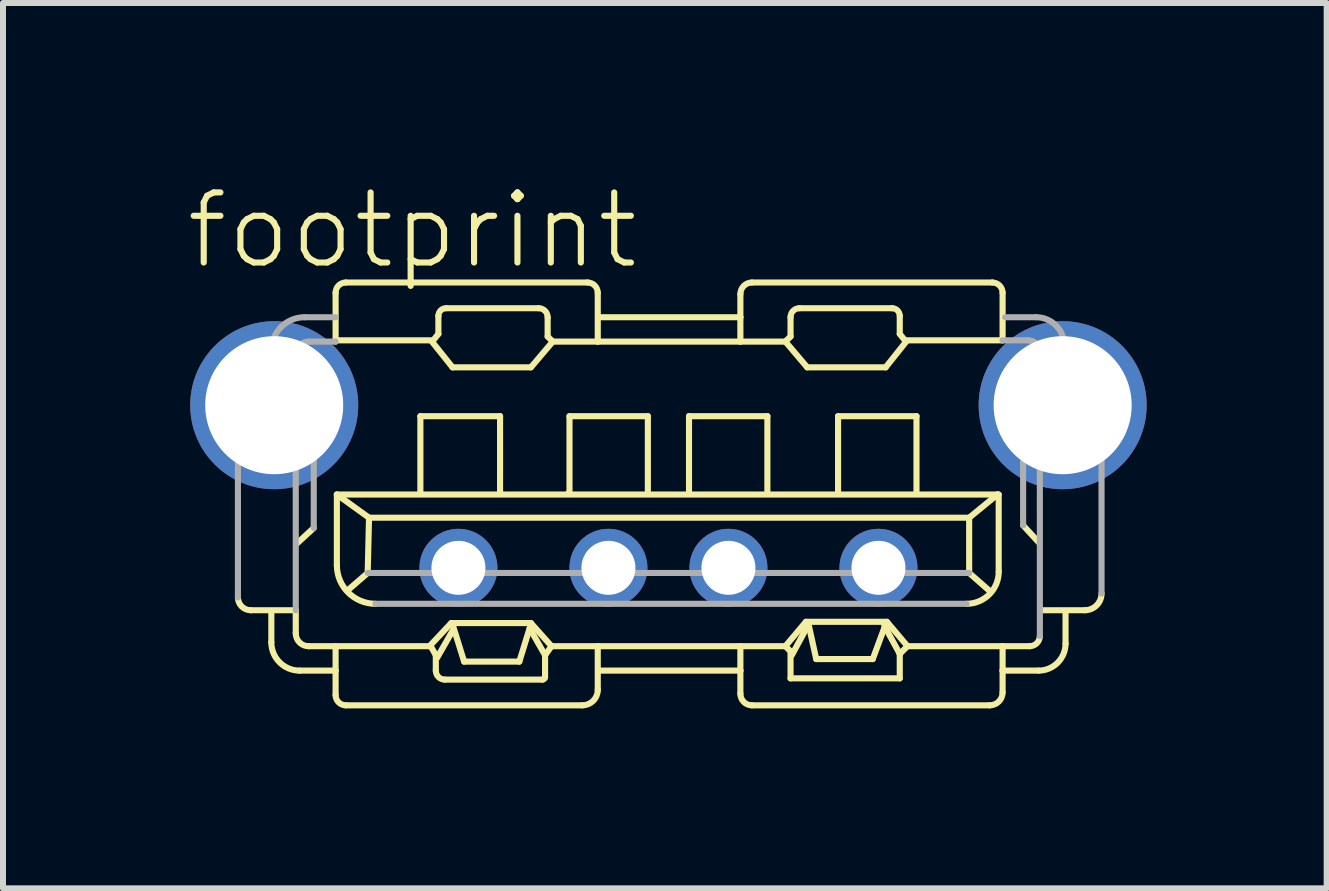
<source format=kicad_pcb>
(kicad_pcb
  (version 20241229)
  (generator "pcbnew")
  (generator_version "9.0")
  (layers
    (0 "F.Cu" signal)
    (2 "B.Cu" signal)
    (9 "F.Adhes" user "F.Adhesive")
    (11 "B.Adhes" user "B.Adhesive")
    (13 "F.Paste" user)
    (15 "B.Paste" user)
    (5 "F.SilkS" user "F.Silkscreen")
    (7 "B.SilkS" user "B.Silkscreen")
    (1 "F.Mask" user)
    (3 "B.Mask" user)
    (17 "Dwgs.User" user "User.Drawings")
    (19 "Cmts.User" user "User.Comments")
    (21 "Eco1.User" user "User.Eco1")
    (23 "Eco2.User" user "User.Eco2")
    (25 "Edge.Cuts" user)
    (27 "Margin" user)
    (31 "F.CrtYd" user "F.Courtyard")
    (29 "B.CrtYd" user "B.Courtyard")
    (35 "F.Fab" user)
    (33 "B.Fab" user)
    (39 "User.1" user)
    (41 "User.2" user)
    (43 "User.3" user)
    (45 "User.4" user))
  (footprint "footprint"
    (layer "F.Cu")
    (at 8.09 6.413)
    (property "Reference" "footprint" (at -8.09 -4.94 0) (layer "F.SilkS") (effects (font (size 1.168 1.168) (thickness 0.102)) (justify left bottom)))
    (fp_line (start -6.961 0.707) (end -6.211 0.707) (stroke (width 0.102) (type solid)) (layer "F.SilkS"))
    (fp_line (start -6.618 1.242) (end -6.618 0.728) (stroke (width 0.102) (type solid)) (layer "F.SilkS"))
    (fp_line (start -6.211 0.707) (end -6.211 1.092) (stroke (width 0.102) (type solid)) (layer "F.SilkS"))
    (fp_line (start -5.997 1.306) (end -3.962 1.306) (stroke (width 0.102) (type solid)) (layer "F.SilkS"))
    (fp_line (start -5.911 -0.664) (end -6.19 -0.407) (stroke (width 0.102) (type solid)) (layer "F.SilkS"))
    (fp_line (start -5.547 -3.791) (end -3.92 -3.791) (stroke (width 0.102) (type solid)) (layer "F.SilkS"))
    (fp_line (start -5.547 -3.77) (end -5.547 -4.583) (stroke (width 0.102) (type solid)) (layer "F.SilkS"))
    (fp_line (start -5.547 1.713) (end -6.147 1.713) (stroke (width 0.102) (type solid)) (layer "F.SilkS"))
    (fp_line (start -5.547 1.713) (end -5.547 1.306) (stroke (width 0.102) (type solid)) (layer "F.SilkS"))
    (fp_line (start -5.547 2.12) (end -5.547 1.713) (stroke (width 0.102) (type solid)) (layer "F.SilkS"))
    (fp_line (start -5.526 -1.221) (end -4.99 -0.835) (stroke (width 0.102) (type solid)) (layer "F.SilkS"))
    (fp_line (start -5.526 -1.221) (end 5.483 -1.221) (stroke (width 0.102) (type solid)) (layer "F.SilkS"))
    (fp_line (start -5.526 -0.043) (end -5.526 -1.221) (stroke (width 0.102) (type solid)) (layer "F.SilkS"))
    (fp_line (start -5.376 -4.755) (end -1.349 -4.755) (stroke (width 0.102) (type solid)) (layer "F.SilkS"))
    (fp_line (start -5.012 0.086) (end -5.333 0.364) (stroke (width 0.102) (type solid)) (layer "F.SilkS"))
    (fp_line (start -4.99 -0.835) (end -5.012 0.086) (stroke (width 0.102) (type solid)) (layer "F.SilkS"))
    (fp_line (start -4.99 -0.835) (end 5.012 -0.835) (stroke (width 0.102) (type solid)) (layer "F.SilkS"))
    (fp_line (start -4.134 -2.527) (end -2.806 -2.527) (stroke (width 0.102) (type solid)) (layer "F.SilkS"))
    (fp_line (start -4.134 -1.264) (end -4.134 -2.527) (stroke (width 0.102) (type solid)) (layer "F.SilkS"))
    (fp_line (start -3.962 1.306) (end -3.962 1.306) (stroke (width 0.102) (type solid)) (layer "F.SilkS"))
    (fp_line (start -3.962 1.306) (end -3.877 1.456) (stroke (width 0.102) (type solid)) (layer "F.SilkS"))
    (fp_line (start -3.962 1.285) (end -3.62 0.921) (stroke (width 0.102) (type solid)) (layer "F.SilkS"))
    (fp_line (start -3.92 -3.791) (end -3.834 -3.898) (stroke (width 0.102) (type solid)) (layer "F.SilkS"))
    (fp_line (start -3.877 1.456) (end -3.877 1.713) (stroke (width 0.102) (type solid)) (layer "F.SilkS"))
    (fp_line (start -3.855 1.499) (end -3.598 1.05) (stroke (width 0.102) (type solid)) (layer "F.SilkS"))
    (fp_line (start -3.834 -3.898) (end -3.834 -4.198) (stroke (width 0.102) (type solid)) (layer "F.SilkS"))
    (fp_line (start -3.727 1.863) (end -2.099 1.863) (stroke (width 0.102) (type solid)) (layer "F.SilkS"))
    (fp_line (start -3.705 -4.326) (end -2.163 -4.326) (stroke (width 0.102) (type solid)) (layer "F.SilkS"))
    (fp_line (start -3.62 0.921) (end -2.292 0.921) (stroke (width 0.102) (type solid)) (layer "F.SilkS"))
    (fp_line (start -3.598 -3.341) (end -3.941 -3.77) (stroke (width 0.102) (type solid)) (layer "F.SilkS"))
    (fp_line (start -3.405 1.563) (end -3.598 0.942) (stroke (width 0.102) (type solid)) (layer "F.SilkS"))
    (fp_line (start -2.806 -2.527) (end -2.806 -1.264) (stroke (width 0.102) (type solid)) (layer "F.SilkS"))
    (fp_line (start -2.485 1.563) (end -3.405 1.563) (stroke (width 0.102) (type solid)) (layer "F.SilkS"))
    (fp_line (start -2.313 1.007) (end -2.485 1.563) (stroke (width 0.102) (type solid)) (layer "F.SilkS"))
    (fp_line (start -2.292 -3.341) (end -3.598 -3.341) (stroke (width 0.102) (type solid)) (layer "F.SilkS"))
    (fp_line (start -2.292 0.921) (end -1.949 1.306) (stroke (width 0.102) (type solid)) (layer "F.SilkS"))
    (fp_line (start -2.056 1.456) (end -2.313 1.007) (stroke (width 0.102) (type solid)) (layer "F.SilkS"))
    (fp_line (start -2.056 1.821) (end -2.056 1.456) (stroke (width 0.102) (type solid)) (layer "F.SilkS"))
    (fp_line (start -2.013 -4.176) (end -2.013 -3.855) (stroke (width 0.102) (type solid)) (layer "F.SilkS"))
    (fp_line (start -1.949 1.306) (end -2.056 1.456) (stroke (width 0.102) (type solid)) (layer "F.SilkS"))
    (fp_line (start -1.928 -3.77) (end -2.292 -3.341) (stroke (width 0.102) (type solid)) (layer "F.SilkS"))
    (fp_line (start -1.928 -3.77) (end -2.013 -3.855) (stroke (width 0.102) (type solid)) (layer "F.SilkS"))
    (fp_line (start -1.671 -1.242) (end -1.649 -1.242) (stroke (width 0.102) (type solid)) (layer "F.SilkS"))
    (fp_line (start -1.649 -2.527) (end -0.343 -2.527) (stroke (width 0.102) (type solid)) (layer "F.SilkS"))
    (fp_line (start -1.649 -1.242) (end -1.649 -2.527) (stroke (width 0.102) (type solid)) (layer "F.SilkS"))
    (fp_line (start -1.435 2.292) (end -5.376 2.292) (stroke (width 0.102) (type solid)) (layer "F.SilkS"))
    (fp_line (start -1.178 -4.583) (end -1.178 -3.77) (stroke (width 0.102) (type solid)) (layer "F.SilkS"))
    (fp_line (start -1.178 -3.77) (end -1.928 -3.77) (stroke (width 0.102) (type solid)) (layer "F.SilkS"))
    (fp_line (start -1.178 -3.77) (end 1.199 -3.77) (stroke (width 0.102) (type solid)) (layer "F.SilkS"))
    (fp_line (start -1.178 1.306) (end -1.949 1.306) (stroke (width 0.102) (type solid)) (layer "F.SilkS"))
    (fp_line (start -1.178 1.306) (end -1.178 2.035) (stroke (width 0.102) (type solid)) (layer "F.SilkS"))
    (fp_line (start -1.178 1.306) (end 1.949 1.306) (stroke (width 0.102) (type solid)) (layer "F.SilkS"))
    (fp_line (start -1.157 -4.176) (end 1.199 -4.176) (stroke (width 0.102) (type solid)) (layer "F.SilkS"))
    (fp_line (start -0.343 -2.527) (end -0.343 -1.285) (stroke (width 0.102) (type solid)) (layer "F.SilkS"))
    (fp_line (start 0.343 -2.527) (end 1.649 -2.527) (stroke (width 0.102) (type solid)) (layer "F.SilkS"))
    (fp_line (start 0.343 -1.264) (end 0.343 -2.527) (stroke (width 0.102) (type solid)) (layer "F.SilkS"))
    (fp_line (start 1.199 -4.176) (end 1.199 -4.562) (stroke (width 0.102) (type solid)) (layer "F.SilkS"))
    (fp_line (start 1.199 -4.176) (end 1.199 -3.77) (stroke (width 0.102) (type solid)) (layer "F.SilkS"))
    (fp_line (start 1.199 -3.77) (end 1.949 -3.77) (stroke (width 0.102) (type solid)) (layer "F.SilkS"))
    (fp_line (start 1.199 1.713) (end -1.157 1.713) (stroke (width 0.102) (type solid)) (layer "F.SilkS"))
    (fp_line (start 1.199 1.713) (end 1.199 1.306) (stroke (width 0.102) (type solid)) (layer "F.SilkS"))
    (fp_line (start 1.199 2.099) (end 1.199 1.713) (stroke (width 0.102) (type solid)) (layer "F.SilkS"))
    (fp_line (start 1.392 -4.755) (end 5.397 -4.755) (stroke (width 0.102) (type solid)) (layer "F.SilkS"))
    (fp_line (start 1.649 -2.527) (end 1.649 -1.242) (stroke (width 0.102) (type solid)) (layer "F.SilkS"))
    (fp_line (start 1.949 -3.77) (end 2.035 -3.855) (stroke (width 0.102) (type solid)) (layer "F.SilkS"))
    (fp_line (start 1.949 -3.77) (end 2.313 -3.341) (stroke (width 0.102) (type solid)) (layer "F.SilkS"))
    (fp_line (start 1.949 1.306) (end 2.292 0.9) (stroke (width 0.102) (type solid)) (layer "F.SilkS"))
    (fp_line (start 2.035 -4.176) (end 2.035 -3.855) (stroke (width 0.102) (type solid)) (layer "F.SilkS"))
    (fp_line (start 2.035 1.392) (end 1.949 1.306) (stroke (width 0.102) (type solid)) (layer "F.SilkS"))
    (fp_line (start 2.035 1.842) (end 2.035 1.392) (stroke (width 0.102) (type solid)) (layer "F.SilkS"))
    (fp_line (start 2.292 0.9) (end 3.641 0.9) (stroke (width 0.102) (type solid)) (layer "F.SilkS"))
    (fp_line (start 2.313 -3.341) (end 3.62 -3.341) (stroke (width 0.102) (type solid)) (layer "F.SilkS"))
    (fp_line (start 2.335 0.942) (end 2.056 1.456) (stroke (width 0.102) (type solid)) (layer "F.SilkS"))
    (fp_line (start 2.335 0.942) (end 2.463 1.521) (stroke (width 0.102) (type solid)) (layer "F.SilkS"))
    (fp_line (start 2.463 1.521) (end 3.405 1.521) (stroke (width 0.102) (type solid)) (layer "F.SilkS"))
    (fp_line (start 2.827 -2.527) (end 4.134 -2.527) (stroke (width 0.102) (type solid)) (layer "F.SilkS"))
    (fp_line (start 2.827 -1.242) (end 2.827 -2.527) (stroke (width 0.102) (type solid)) (layer "F.SilkS"))
    (fp_line (start 3.405 1.521) (end 3.62 0.942) (stroke (width 0.102) (type solid)) (layer "F.SilkS"))
    (fp_line (start 3.598 0.964) (end 3.855 1.435) (stroke (width 0.102) (type solid)) (layer "F.SilkS"))
    (fp_line (start 3.62 -3.341) (end 3.962 -3.77) (stroke (width 0.102) (type solid)) (layer "F.SilkS"))
    (fp_line (start 3.641 0.9) (end 3.984 1.306) (stroke (width 0.102) (type solid)) (layer "F.SilkS"))
    (fp_line (start 3.727 -4.326) (end 2.185 -4.326) (stroke (width 0.102) (type solid)) (layer "F.SilkS"))
    (fp_line (start 3.855 -3.898) (end 3.855 -4.198) (stroke (width 0.102) (type solid)) (layer "F.SilkS"))
    (fp_line (start 3.855 1.435) (end 3.855 1.842) (stroke (width 0.102) (type solid)) (layer "F.SilkS"))
    (fp_line (start 3.855 1.842) (end 2.035 1.842) (stroke (width 0.102) (type solid)) (layer "F.SilkS"))
    (fp_line (start 3.941 -3.791) (end 3.855 -3.898) (stroke (width 0.102) (type solid)) (layer "F.SilkS"))
    (fp_line (start 3.984 1.306) (end 3.855 1.435) (stroke (width 0.102) (type solid)) (layer "F.SilkS"))
    (fp_line (start 4.134 -2.527) (end 4.134 -1.242) (stroke (width 0.102) (type solid)) (layer "F.SilkS"))
    (fp_line (start 5.012 -0.835) (end 5.012 0.086) (stroke (width 0.102) (type solid)) (layer "F.SilkS"))
    (fp_line (start 5.012 -0.835) (end 5.483 -1.221) (stroke (width 0.102) (type solid)) (layer "F.SilkS"))
    (fp_line (start 5.012 0.086) (end 5.354 0.386) (stroke (width 0.102) (type solid)) (layer "F.SilkS"))
    (fp_line (start 5.354 2.292) (end 1.392 2.292) (stroke (width 0.102) (type solid)) (layer "F.SilkS"))
    (fp_line (start 5.483 -1.221) (end 5.504 -1.221) (stroke (width 0.102) (type solid)) (layer "F.SilkS"))
    (fp_line (start 5.504 -1.221) (end 5.504 0.064) (stroke (width 0.102) (type solid)) (layer "F.SilkS"))
    (fp_line (start 5.569 -4.583) (end 5.569 -3.791) (stroke (width 0.102) (type solid)) (layer "F.SilkS"))
    (fp_line (start 5.569 -3.791) (end 3.941 -3.791) (stroke (width 0.102) (type solid)) (layer "F.SilkS"))
    (fp_line (start 5.569 1.306) (end 3.984 1.306) (stroke (width 0.102) (type solid)) (layer "F.SilkS"))
    (fp_line (start 5.569 1.306) (end 5.569 1.713) (stroke (width 0.102) (type solid)) (layer "F.SilkS"))
    (fp_line (start 5.569 1.713) (end 5.569 2.078) (stroke (width 0.102) (type solid)) (layer "F.SilkS"))
    (fp_line (start 5.569 1.713) (end 6.168 1.713) (stroke (width 0.102) (type solid)) (layer "F.SilkS"))
    (fp_line (start 6.019 1.306) (end 5.569 1.306) (stroke (width 0.102) (type solid)) (layer "F.SilkS"))
    (fp_line (start 6.168 -0.428) (end 5.911 -0.707) (stroke (width 0.102) (type solid)) (layer "F.SilkS"))
    (fp_line (start 6.211 0.707) (end 6.939 0.707) (stroke (width 0.102) (type solid)) (layer "F.SilkS"))
    (fp_line (start 6.618 1.264) (end 6.618 0.728) (stroke (width 0.102) (type solid)) (layer "F.SilkS"))
    (fp_arc (start -6.9608 0.7068) (mid -7.112262 0.644062) (end -7.175 0.4926) (stroke (width 0.1016) (type solid)) (layer "F.SilkS"))
    (fp_arc (start -6.147 1.7134) (mid -6.480189 1.575389) (end -6.6182 1.2422) (stroke (width 0.1016) (type solid)) (layer "F.SilkS"))
    (fp_arc (start -5.997 1.3065) (mid -6.148462 1.243762) (end -6.2112 1.0923) (stroke (width 0.1016) (type solid)) (layer "F.SilkS"))
    (fp_arc (start -5.5473 -4.5835) (mid -5.497127 -4.704627) (end -5.376 -4.7548) (stroke (width 0.1016) (type solid)) (layer "F.SilkS"))
    (fp_arc (start -5.3759 2.2917) (mid -5.497098 2.241498) (end -5.5473 2.1203) (stroke (width 0.1016) (type solid)) (layer "F.SilkS"))
    (fp_arc (start -4.8833 0.5997) (mid -5.337616 0.411516) (end -5.5258 -0.0428) (stroke (width 0.1016) (type solid)) (layer "F.SilkS"))
    (fp_arc (start -3.8338 -4.1979) (mid -3.796163 -4.288763) (end -3.7053 -4.3264) (stroke (width 0.1016) (type solid)) (layer "F.SilkS"))
    (fp_arc (start -3.7267 1.8634) (mid -3.832766 1.819466) (end -3.8767 1.7134) (stroke (width 0.1016) (type solid)) (layer "F.SilkS"))
    (fp_arc (start -2.1632 -4.3264) (mid -2.057205 -4.282495) (end -2.0133 -4.1765) (stroke (width 0.1016) (type solid)) (layer "F.SilkS"))
    (fp_arc (start -2.0561 1.8205) (mid -2.068665 1.850835) (end -2.099 1.8634) (stroke (width 0.1016) (type solid)) (layer "F.SilkS"))
    (fp_arc (start -1.3493 -4.7548) (mid -1.228173 -4.704627) (end -1.178 -4.5835) (stroke (width 0.1016) (type solid)) (layer "F.SilkS"))
    (fp_arc (start -1.178 2.0347) (mid -1.253274 2.216426) (end -1.435 2.2917) (stroke (width 0.1016) (type solid)) (layer "F.SilkS"))
    (fp_arc (start 1.1994 -4.562) (mid 1.25587 -4.69833) (end 1.3922 -4.7548) (stroke (width 0.1016) (type solid)) (layer "F.SilkS"))
    (fp_arc (start 1.3922 2.2917) (mid 1.25587 2.23523) (end 1.1994 2.0989) (stroke (width 0.1016) (type solid)) (layer "F.SilkS"))
    (fp_arc (start 2.0347 -4.1765) (mid 2.078605 -4.282495) (end 2.1846 -4.3264) (stroke (width 0.1016) (type solid)) (layer "F.SilkS"))
    (fp_arc (start 3.7267 -4.3264) (mid 3.817563 -4.288763) (end 3.8552 -4.1979) (stroke (width 0.1016) (type solid)) (layer "F.SilkS"))
    (fp_arc (start 5.3973 -4.7548) (mid 5.518498 -4.704598) (end 5.5687 -4.5834) (stroke (width 0.1016) (type solid)) (layer "F.SilkS"))
    (fp_arc (start 5.5044 0.0643) (mid 5.347584 0.442885) (end 4.968999 0.599699) (stroke (width 0.1016) (type solid)) (layer "F.SilkS"))
    (fp_arc (start 5.5687 2.0775) (mid 5.505962 2.228962) (end 5.3545 2.2917) (stroke (width 0.1016) (type solid)) (layer "F.SilkS"))
    (fp_arc (start 6.1898 1.1352) (mid 6.139627 1.256327) (end 6.0185 1.3065) (stroke (width 0.1016) (type solid)) (layer "F.SilkS"))
    (fp_arc (start 6.6182 1.2636) (mid 6.486457 1.581657) (end 6.1684 1.7134) (stroke (width 0.1016) (type solid)) (layer "F.SilkS"))
    (fp_arc (start 7.2179 0.4283) (mid 7.136329 0.625229) (end 6.9394 0.7068) (stroke (width 0.1016) (type solid)) (layer "F.SilkS"))
    (fp_line (start -7.175 -2.956) (end -7.175 0.493) (stroke (width 0.102) (type solid)) (layer "F.Fab"))
    (fp_line (start -6.618 -3.148) (end -6.618 -3.62) (stroke (width 0.102) (type solid)) (layer "F.Fab"))
    (fp_line (start -6.211 -3.148) (end -6.982 -3.148) (stroke (width 0.102) (type solid)) (layer "F.Fab"))
    (fp_line (start -6.211 -2.078) (end -6.211 -3.555) (stroke (width 0.102) (type solid)) (layer "F.Fab"))
    (fp_line (start -6.211 -2.078) (end -5.911 -1.799) (stroke (width 0.102) (type solid)) (layer "F.Fab"))
    (fp_line (start -6.211 0.707) (end -6.211 -2.078) (stroke (width 0.102) (type solid)) (layer "F.Fab"))
    (fp_line (start -6.061 -4.176) (end -5.547 -4.176) (stroke (width 0.102) (type solid)) (layer "F.Fab"))
    (fp_line (start -5.997 -3.77) (end -5.547 -3.77) (stroke (width 0.102) (type solid)) (layer "F.Fab"))
    (fp_line (start -5.911 -1.799) (end -5.911 -0.664) (stroke (width 0.102) (type solid)) (layer "F.Fab"))
    (fp_line (start 4.969 0.6) (end -4.883 0.6) (stroke (width 0.102) (type solid)) (layer "F.Fab"))
    (fp_line (start 5.012 0.086) (end -5.012 0.086) (stroke (width 0.102) (type solid)) (layer "F.Fab"))
    (fp_line (start 5.569 -3.791) (end 5.997 -3.791) (stroke (width 0.102) (type solid)) (layer "F.Fab"))
    (fp_line (start 5.911 -1.756) (end 6.168 -2.013) (stroke (width 0.102) (type solid)) (layer "F.Fab"))
    (fp_line (start 5.911 -0.707) (end 5.911 -1.756) (stroke (width 0.102) (type solid)) (layer "F.Fab"))
    (fp_line (start 6.125 -4.176) (end 5.612 -4.176) (stroke (width 0.102) (type solid)) (layer "F.Fab"))
    (fp_line (start 6.19 -3.598) (end 6.19 1.135) (stroke (width 0.102) (type solid)) (layer "F.Fab"))
    (fp_line (start 6.597 -3.17) (end 6.597 -3.705) (stroke (width 0.102) (type solid)) (layer "F.Fab"))
    (fp_line (start 7.004 -3.148) (end 6.211 -3.148) (stroke (width 0.102) (type solid)) (layer "F.Fab"))
    (fp_line (start 7.218 0.428) (end 7.218 -2.934) (stroke (width 0.102) (type solid)) (layer "F.Fab"))
    (fp_arc (start -7.175 -2.9557) (mid -7.118559 -3.091959) (end -6.9823 -3.1484) (stroke (width 0.1016) (type solid)) (layer "F.Fab"))
    (fp_arc (start -6.6182 -3.6196) (mid -6.455088 -4.013388) (end -6.0613 -4.1765) (stroke (width 0.1016) (type solid)) (layer "F.Fab"))
    (fp_arc (start -6.2112 -3.5554) (mid -6.148462 -3.706862) (end -5.997 -3.7696) (stroke (width 0.1016) (type solid)) (layer "F.Fab"))
    (fp_arc (start 5.997 -3.791) (mid 6.13333 -3.73453) (end 6.1898 -3.5982) (stroke (width 0.1016) (type solid)) (layer "F.Fab"))
    (fp_arc (start 6.1255 -4.1765) (mid 6.458689 -4.038489) (end 6.5967 -3.7053) (stroke (width 0.1016) (type solid)) (layer "F.Fab"))
    (fp_arc (start 7.0038 -3.1484) (mid 7.155192 -3.085692) (end 7.2179 -2.9343) (stroke (width 0.1016) (type solid)) (layer "F.Fab"))
    (pad "1" thru_hole circle (at 3.5 0) (size 1.3 1.3) (drill 0.9) (layers "*.Cu" "*.Mask"))
    (pad "2" thru_hole circle (at 1 0) (size 1.3 1.3) (drill 0.9) (layers "*.Cu" "*.Mask"))
    (pad "3" thru_hole circle (at -1 0) (size 1.3 1.3) (drill 0.9) (layers "*.Cu" "*.Mask"))
    (pad "4" thru_hole circle (at -3.5 0) (size 1.3 1.3) (drill 0.9) (layers "*.Cu" "*.Mask"))
    (pad "M1" thru_hole circle (at -6.57 -2.71) (size 2.8 2.8) (drill 2.3) (layers "*.Cu" "*.Mask"))
    (pad "M2" thru_hole circle (at 6.57 -2.71) (size 2.8 2.8) (drill 2.3) (layers "*.Cu" "*.Mask")))
  (gr_rect
    (start -3 -3)
    (end 19.06 11.755)
    (stroke (width 0.1) (type default))
    (fill no)
    (layer "Edge.Cuts")))
</source>
